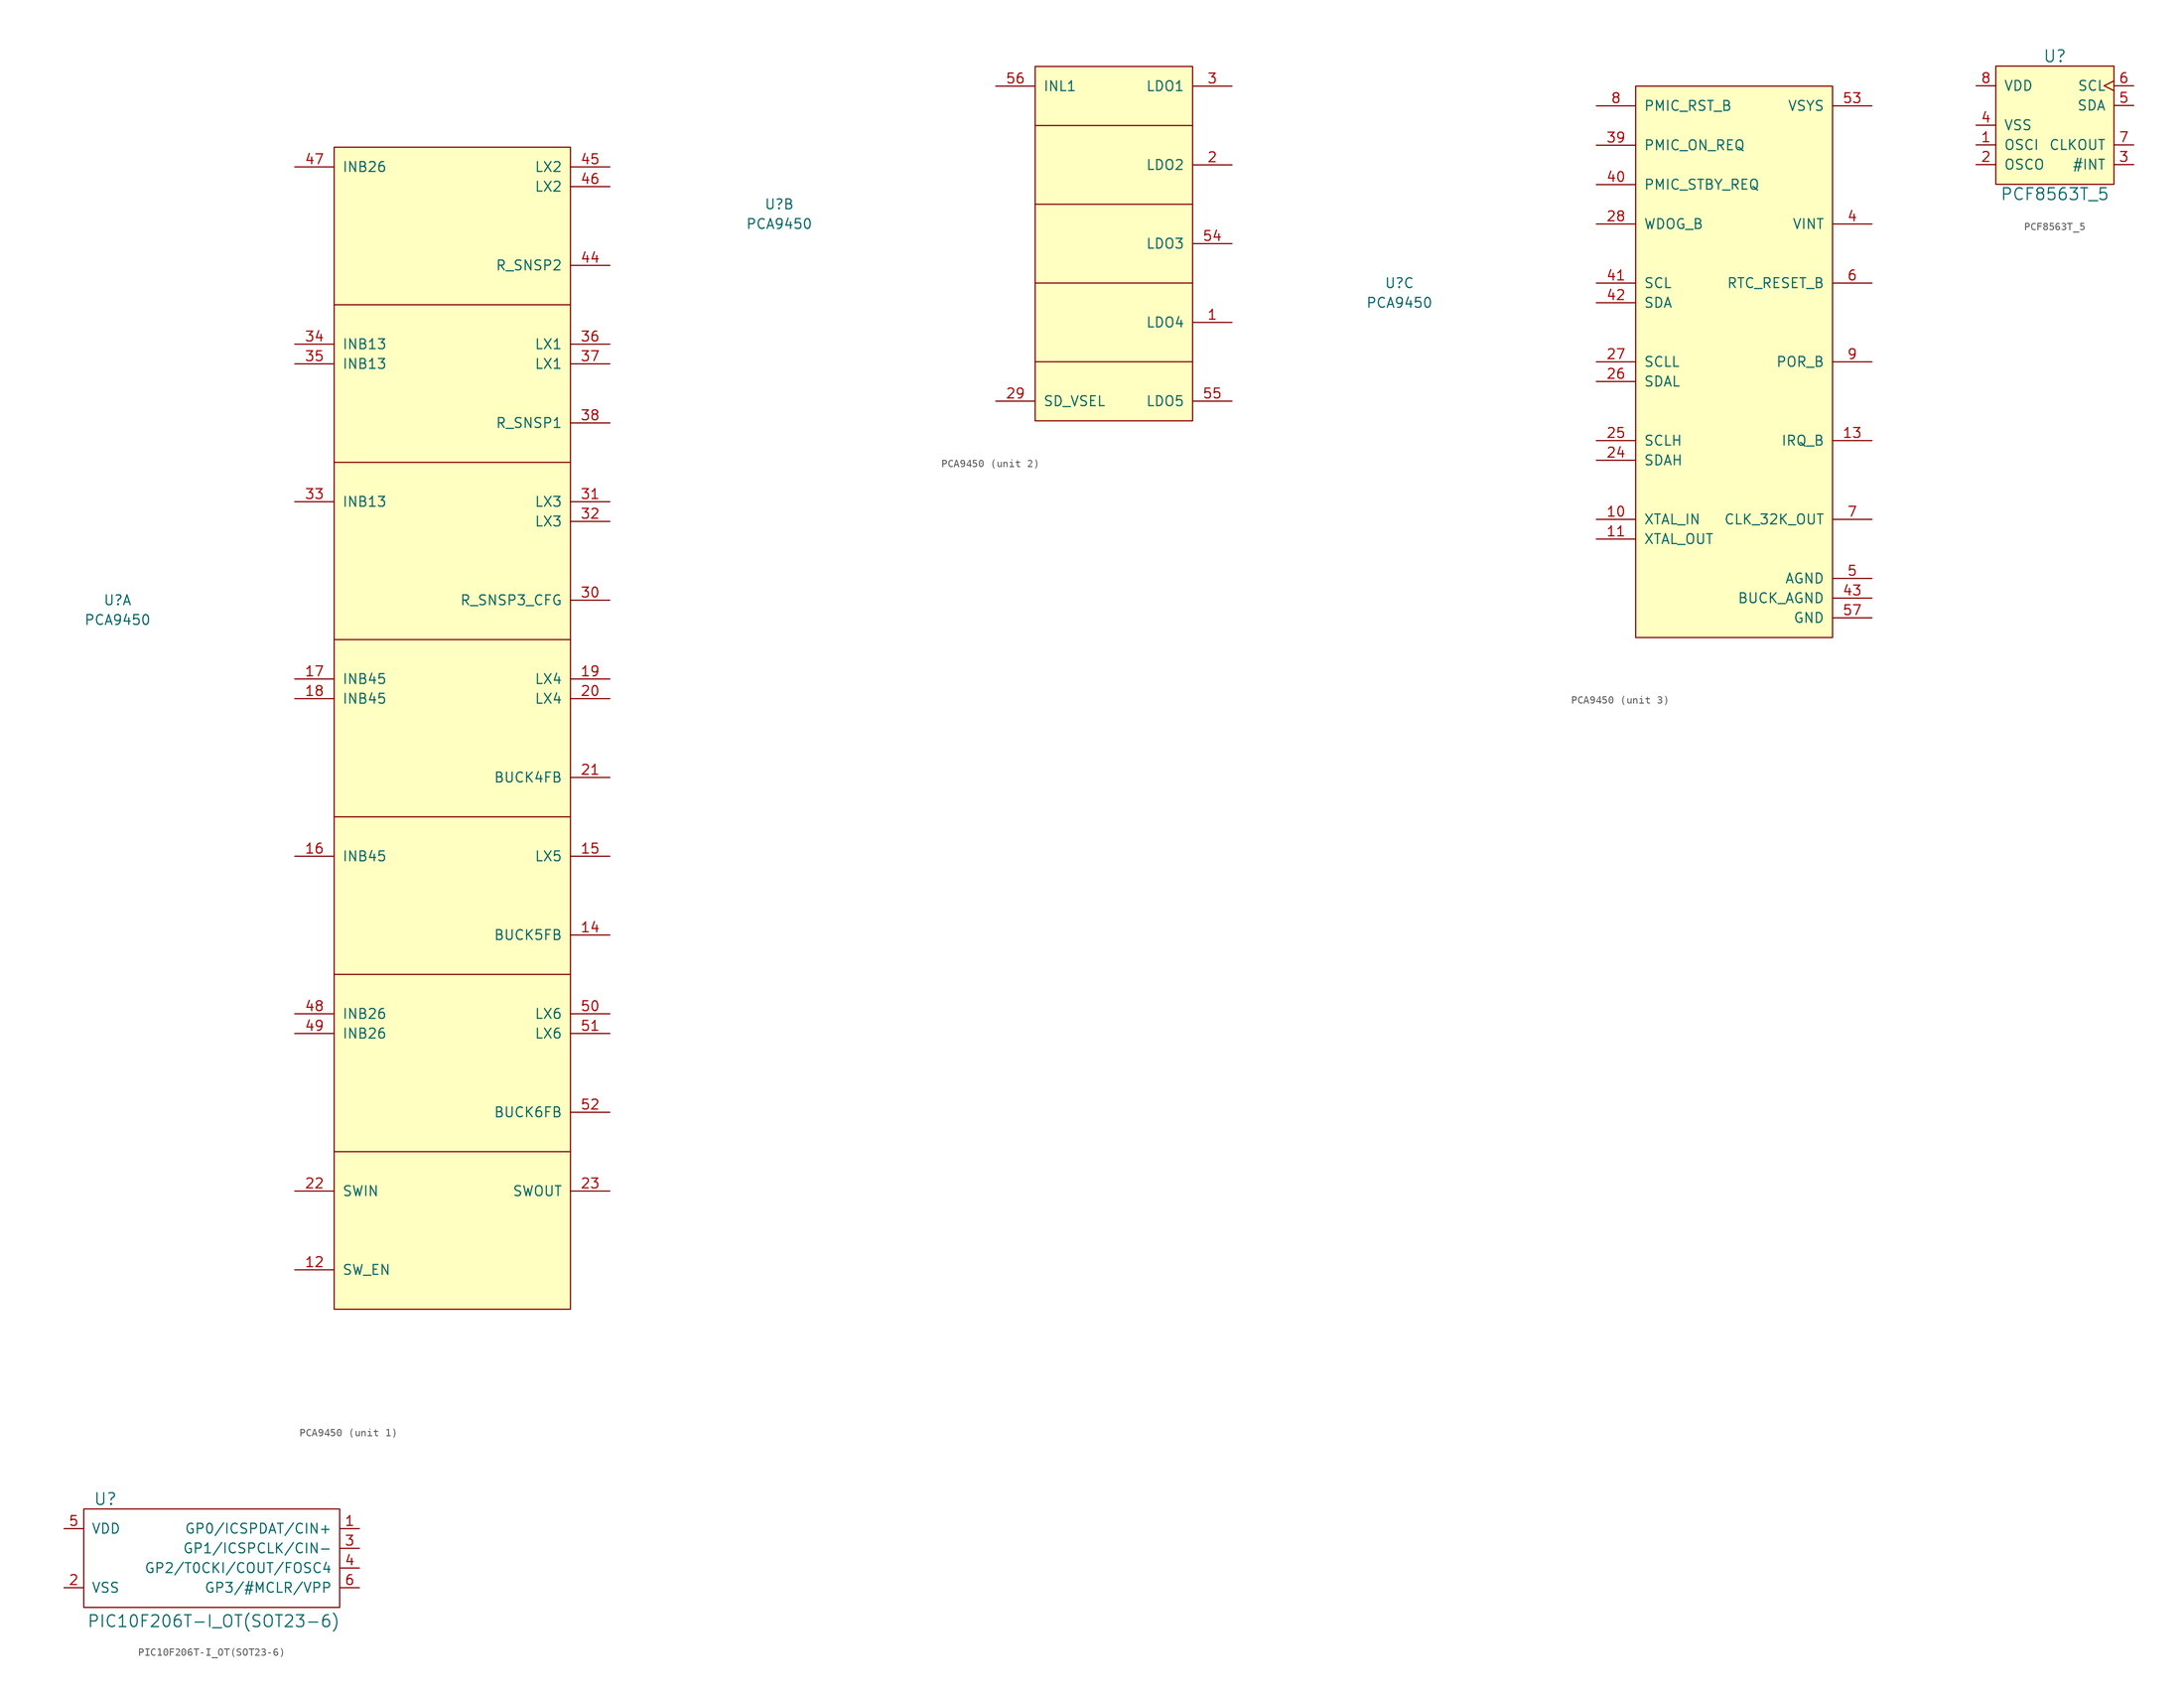
<source format=kicad_sym>
(kicad_symbol_lib
  (version 20220914)
  (generator kicad_symbol_editor)
  (symbol "PCA9450"
    (pin_names
      (offset 1.016))
    (property "Reference" "U"
      (at -43.18 5.08 0)
      (effects (font (size 1.27 1.27))))
    (property "Value" "PCA9450"
      (at -43.18 2.54 0)
      (effects (font (size 1.27 1.27))))
    (property "ki_locked" ""
      (at 0 0 0)
      (effects (font (size 1.27 1.27))))
    (symbol "PCA9450_1_1"
      (rectangle (start -15.24 63.5) (end 15.24 -86.36) (stroke (width 0) (type solid)) (fill (type background)))
      (polyline (pts (xy 15.24 -66.04) (xy -15.24 -66.04)) (stroke (width 0) (type solid)) (fill (type none)))
      (polyline (pts (xy 15.24 -43.18) (xy -15.24 -43.18)) (stroke (width 0) (type solid)) (fill (type none)))
      (polyline (pts (xy 15.24 -22.86) (xy -15.24 -22.86)) (stroke (width 0) (type solid)) (fill (type none)))
      (polyline (pts (xy 15.24 0) (xy -15.24 0)) (stroke (width 0) (type solid)) (fill (type none)))
      (polyline (pts (xy 15.24 22.86) (xy -15.24 22.86)) (stroke (width 0) (type solid)) (fill (type none)))
      (polyline (pts (xy 15.24 43.18) (xy -15.24 43.18)) (stroke (width 0) (type solid)) (fill (type none)))
      (pin input line (at -20.32 -81.28 0) (length 5.08) (name "SW_EN" (effects (font (size 1.27 1.27)))) (number "12" (effects (font (size 1.27 1.27)))))
      (pin input line (at 20.32 -38.1 180) (length 5.08) (name "BUCK5FB" (effects (font (size 1.27 1.27)))) (number "14" (effects (font (size 1.27 1.27)))))
      (pin open_collector line (at 20.32 -27.94 180) (length 5.08) (name "LX5" (effects (font (size 1.27 1.27)))) (number "15" (effects (font (size 1.27 1.27)))))
      (pin input line (at -20.32 -27.94 0) (length 5.08) (name "INB45" (effects (font (size 1.27 1.27)))) (number "16" (effects (font (size 1.27 1.27)))))
      (pin input line (at -20.32 -5.08 0) (length 5.08) (name "INB45" (effects (font (size 1.27 1.27)))) (number "17" (effects (font (size 1.27 1.27)))))
      (pin input line (at -20.32 -7.62 0) (length 5.08) (name "INB45" (effects (font (size 1.27 1.27)))) (number "18" (effects (font (size 1.27 1.27)))))
      (pin open_collector line (at 20.32 -5.08 180) (length 5.08) (name "LX4" (effects (font (size 1.27 1.27)))) (number "19" (effects (font (size 1.27 1.27)))))
      (pin open_collector line (at 20.32 -7.62 180) (length 5.08) (name "LX4" (effects (font (size 1.27 1.27)))) (number "20" (effects (font (size 1.27 1.27)))))
      (pin input line (at 20.32 -17.78 180) (length 5.08) (name "BUCK4FB" (effects (font (size 1.27 1.27)))) (number "21" (effects (font (size 1.27 1.27)))))
      (pin input line (at -20.32 -71.12 0) (length 5.08) (name "SWIN" (effects (font (size 1.27 1.27)))) (number "22" (effects (font (size 1.27 1.27)))))
      (pin power_out line (at 20.32 -71.12 180) (length 5.08) (name "SWOUT" (effects (font (size 1.27 1.27)))) (number "23" (effects (font (size 1.27 1.27)))))
      (pin input line (at 20.32 5.08 180) (length 5.08) (name "R_SNSP3_CFG" (effects (font (size 1.27 1.27)))) (number "30" (effects (font (size 1.27 1.27)))))
      (pin open_collector line (at 20.32 17.78 180) (length 5.08) (name "LX3" (effects (font (size 1.27 1.27)))) (number "31" (effects (font (size 1.27 1.27)))))
      (pin open_collector line (at 20.32 15.24 180) (length 5.08) (name "LX3" (effects (font (size 1.27 1.27)))) (number "32" (effects (font (size 1.27 1.27)))))
      (pin input line (at -20.32 17.78 0) (length 5.08) (name "INB13" (effects (font (size 1.27 1.27)))) (number "33" (effects (font (size 1.27 1.27)))))
      (pin input line (at -20.32 38.1 0) (length 5.08) (name "INB13" (effects (font (size 1.27 1.27)))) (number "34" (effects (font (size 1.27 1.27)))))
      (pin input line (at -20.32 35.56 0) (length 5.08) (name "INB13" (effects (font (size 1.27 1.27)))) (number "35" (effects (font (size 1.27 1.27)))))
      (pin open_collector line (at 20.32 38.1 180) (length 5.08) (name "LX1" (effects (font (size 1.27 1.27)))) (number "36" (effects (font (size 1.27 1.27)))))
      (pin open_collector line (at 20.32 35.56 180) (length 5.08) (name "LX1" (effects (font (size 1.27 1.27)))) (number "37" (effects (font (size 1.27 1.27)))))
      (pin input line (at 20.32 27.94 180) (length 5.08) (name "R_SNSP1" (effects (font (size 1.27 1.27)))) (number "38" (effects (font (size 1.27 1.27)))))
      (pin input line (at 20.32 48.26 180) (length 5.08) (name "R_SNSP2" (effects (font (size 1.27 1.27)))) (number "44" (effects (font (size 1.27 1.27)))))
      (pin open_collector line (at 20.32 60.96 180) (length 5.08) (name "LX2" (effects (font (size 1.27 1.27)))) (number "45" (effects (font (size 1.27 1.27)))))
      (pin open_collector line (at 20.32 58.42 180) (length 5.08) (name "LX2" (effects (font (size 1.27 1.27)))) (number "46" (effects (font (size 1.27 1.27)))))
      (pin input line (at -20.32 60.96 0) (length 5.08) (name "INB26" (effects (font (size 1.27 1.27)))) (number "47" (effects (font (size 1.27 1.27)))))
      (pin input line (at -20.32 -48.26 0) (length 5.08) (name "INB26" (effects (font (size 1.27 1.27)))) (number "48" (effects (font (size 1.27 1.27)))))
      (pin input line (at -20.32 -50.8 0) (length 5.08) (name "INB26" (effects (font (size 1.27 1.27)))) (number "49" (effects (font (size 1.27 1.27)))))
      (pin open_collector line (at 20.32 -48.26 180) (length 5.08) (name "LX6" (effects (font (size 1.27 1.27)))) (number "50" (effects (font (size 1.27 1.27)))))
      (pin open_collector line (at 20.32 -50.8 180) (length 5.08) (name "LX6" (effects (font (size 1.27 1.27)))) (number "51" (effects (font (size 1.27 1.27)))))
      (pin input line (at 20.32 -60.96 180) (length 5.08) (name "BUCK6FB" (effects (font (size 1.27 1.27)))) (number "52" (effects (font (size 1.27 1.27))))))
    (symbol "PCA9450_2_1"
      (rectangle (start -10.16 22.86) (end 10.16 -22.86) (stroke (width 0) (type solid)) (fill (type background)))
      (polyline (pts (xy 10.16 -15.24) (xy -10.16 -15.24)) (stroke (width 0) (type solid)) (fill (type none)))
      (polyline (pts (xy 10.16 -5.08) (xy -10.16 -5.08)) (stroke (width 0) (type solid)) (fill (type none)))
      (polyline (pts (xy 10.16 5.08) (xy -10.16 5.08)) (stroke (width 0) (type solid)) (fill (type none)))
      (polyline (pts (xy 10.16 15.24) (xy -10.16 15.24)) (stroke (width 0) (type solid)) (fill (type none)))
      (pin power_out line (at 15.24 -10.16 180) (length 5.08) (name "LDO4" (effects (font (size 1.27 1.27)))) (number "1" (effects (font (size 1.27 1.27)))))
      (pin power_out line (at 15.24 10.16 180) (length 5.08) (name "LDO2" (effects (font (size 1.27 1.27)))) (number "2" (effects (font (size 1.27 1.27)))))
      (pin input line (at -15.24 -20.32 0) (length 5.08) (name "SD_VSEL" (effects (font (size 1.27 1.27)))) (number "29" (effects (font (size 1.27 1.27)))))
      (pin power_out line (at 15.24 20.32 180) (length 5.08) (name "LDO1" (effects (font (size 1.27 1.27)))) (number "3" (effects (font (size 1.27 1.27)))))
      (pin power_out line (at 15.24 0 180) (length 5.08) (name "LDO3" (effects (font (size 1.27 1.27)))) (number "54" (effects (font (size 1.27 1.27)))))
      (pin power_out line (at 15.24 -20.32 180) (length 5.08) (name "LDO5" (effects (font (size 1.27 1.27)))) (number "55" (effects (font (size 1.27 1.27)))))
      (pin input line (at -15.24 20.32 0) (length 5.08) (name "INL1" (effects (font (size 1.27 1.27)))) (number "56" (effects (font (size 1.27 1.27))))))
    (symbol "PCA9450_3_1"
      (rectangle (start -12.7 30.48) (end 12.7 -40.64) (stroke (width 0) (type solid)) (fill (type background)))
      (pin input line (at -17.78 -25.4 0) (length 5.08) (name "XTAL_IN" (effects (font (size 1.27 1.27)))) (number "10" (effects (font (size 1.27 1.27)))))
      (pin output line (at -17.78 -27.94 0) (length 5.08) (name "XTAL_OUT" (effects (font (size 1.27 1.27)))) (number "11" (effects (font (size 1.27 1.27)))))
      (pin output line (at 17.78 -15.24 180) (length 5.08) (name "IRQ_B" (effects (font (size 1.27 1.27)))) (number "13" (effects (font (size 1.27 1.27)))))
      (pin bidirectional line (at -17.78 -17.78 0) (length 5.08) (name "SDAH" (effects (font (size 1.27 1.27)))) (number "24" (effects (font (size 1.27 1.27)))))
      (pin bidirectional line (at -17.78 -15.24 0) (length 5.08) (name "SCLH" (effects (font (size 1.27 1.27)))) (number "25" (effects (font (size 1.27 1.27)))))
      (pin bidirectional line (at -17.78 -7.62 0) (length 5.08) (name "SDAL" (effects (font (size 1.27 1.27)))) (number "26" (effects (font (size 1.27 1.27)))))
      (pin bidirectional line (at -17.78 -5.08 0) (length 5.08) (name "SCLL" (effects (font (size 1.27 1.27)))) (number "27" (effects (font (size 1.27 1.27)))))
      (pin input line (at -17.78 12.7 0) (length 5.08) (name "WDOG_B" (effects (font (size 1.27 1.27)))) (number "28" (effects (font (size 1.27 1.27)))))
      (pin input line (at -17.78 22.86 0) (length 5.08) (name "PMIC_ON_REQ" (effects (font (size 1.27 1.27)))) (number "39" (effects (font (size 1.27 1.27)))))
      (pin output line (at 17.78 12.7 180) (length 5.08) (name "VINT" (effects (font (size 1.27 1.27)))) (number "4" (effects (font (size 1.27 1.27)))))
      (pin input line (at -17.78 17.78 0) (length 5.08) (name "PMIC_STBY_REQ" (effects (font (size 1.27 1.27)))) (number "40" (effects (font (size 1.27 1.27)))))
      (pin input line (at -17.78 5.08 0) (length 5.08) (name "SCL" (effects (font (size 1.27 1.27)))) (number "41" (effects (font (size 1.27 1.27)))))
      (pin input line (at -17.78 2.54 0) (length 5.08) (name "SDA" (effects (font (size 1.27 1.27)))) (number "42" (effects (font (size 1.27 1.27)))))
      (pin power_in line (at 17.78 -35.56 180) (length 5.08) (name "BUCK_AGND" (effects (font (size 1.27 1.27)))) (number "43" (effects (font (size 1.27 1.27)))))
      (pin power_in line (at 17.78 -33.02 180) (length 5.08) (name "AGND" (effects (font (size 1.27 1.27)))) (number "5" (effects (font (size 1.27 1.27)))))
      (pin input line (at 17.78 27.94 180) (length 5.08) (name "VSYS" (effects (font (size 1.27 1.27)))) (number "53" (effects (font (size 1.27 1.27)))))
      (pin power_in line (at 17.78 -38.1 180) (length 5.08) (name "GND" (effects (font (size 1.27 1.27)))) (number "57" (effects (font (size 1.27 1.27)))))
      (pin output line (at 17.78 5.08 180) (length 5.08) (name "RTC_RESET_B" (effects (font (size 1.27 1.27)))) (number "6" (effects (font (size 1.27 1.27)))))
      (pin output line (at 17.78 -25.4 180) (length 5.08) (name "CLK_32K_OUT" (effects (font (size 1.27 1.27)))) (number "7" (effects (font (size 1.27 1.27)))))
      (pin input line (at -17.78 27.94 0) (length 5.08) (name "PMIC_RST_B" (effects (font (size 1.27 1.27)))) (number "8" (effects (font (size 1.27 1.27)))))
      (pin output line (at 17.78 -5.08 180) (length 5.08) (name "POR_B" (effects (font (size 1.27 1.27)))) (number "9" (effects (font (size 1.27 1.27)))))))
  (symbol "PCF8563T_5"
    (pin_names
      (offset 1.016))
    (property "Reference" "U"
      (at 0 8.89 0)
      (effects (font (size 1.524 1.524))))
    (property "Value" "PCF8563T_5"
      (at 0 -8.89 0)
      (effects (font (size 1.524 1.524))))
    (symbol "PCF8563T_5_0_1"
      (rectangle (start -7.62 7.62) (end 7.62 -7.62) (stroke (width 0) (type solid)) (fill (type background))))
    (symbol "PCF8563T_5_1_1"
      (pin input line (at -10.16 -2.54 0) (length 2.54) (name "OSCI" (effects (font (size 1.27 1.27)))) (number "1" (effects (font (size 1.27 1.27)))))
      (pin output line (at -10.16 -5.08 0) (length 2.54) (name "OSCO" (effects (font (size 1.27 1.27)))) (number "2" (effects (font (size 1.27 1.27)))))
      (pin open_collector line (at 10.16 -5.08 180) (length 2.54) (name "#INT" (effects (font (size 1.27 1.27)))) (number "3" (effects (font (size 1.27 1.27)))))
      (pin power_in line (at -10.16 0 0) (length 2.54) (name "VSS" (effects (font (size 1.27 1.27)))) (number "4" (effects (font (size 1.27 1.27)))))
      (pin bidirectional line (at 10.16 2.54 180) (length 2.54) (name "SDA" (effects (font (size 1.27 1.27)))) (number "5" (effects (font (size 1.27 1.27)))))
      (pin input clock (at 10.16 5.08 180) (length 2.54) (name "SCL" (effects (font (size 1.27 1.27)))) (number "6" (effects (font (size 1.27 1.27)))))
      (pin open_collector line (at 10.16 -2.54 180) (length 2.54) (name "CLKOUT" (effects (font (size 1.27 1.27)))) (number "7" (effects (font (size 1.27 1.27)))))
      (pin power_in line (at -10.16 5.08 0) (length 2.54) (name "VDD" (effects (font (size 1.27 1.27)))) (number "8" (effects (font (size 1.27 1.27)))))))
  (symbol "PIC10F206T-I_OT(SOT23-6)"
    (pin_names
      (offset 1.016))
    (property "Reference" "U"
      (at -14.986 6.35 0)
      (effects (font (size 1.524 1.524))))
    (property "Value" "PIC10F206T-I_OT(SOT23-6)"
      (at -1.016 -9.398 0)
      (effects (font (size 1.524 1.524))))
    (symbol "PIC10F206T-I_OT(SOT23-6)_0_1"
      (rectangle (start -17.78 5.08) (end 15.24 -7.62) (stroke (width 0) (type solid)) (fill (type none))))
    (symbol "PIC10F206T-I_OT(SOT23-6)_1_1"
      (pin bidirectional line (at 17.78 2.54 180) (length 2.489) (name "GP0/ICSPDAT/CIN+" (effects (font (size 1.27 1.27)))) (number "1" (effects (font (size 1.27 1.27)))))
      (pin power_in line (at -20.32 -5.08 0) (length 2.489) (name "VSS" (effects (font (size 1.27 1.27)))) (number "2" (effects (font (size 1.27 1.27)))))
      (pin bidirectional line (at 17.78 0 180) (length 2.489) (name "GP1/ICSPCLK/CIN-" (effects (font (size 1.27 1.27)))) (number "3" (effects (font (size 1.27 1.27)))))
      (pin bidirectional line (at 17.78 -2.54 180) (length 2.489) (name "GP2/T0CKI/COUT/FOSC4" (effects (font (size 1.27 1.27)))) (number "4" (effects (font (size 1.27 1.27)))))
      (pin power_in line (at -20.32 2.54 0) (length 2.489) (name "VDD" (effects (font (size 1.27 1.27)))) (number "5" (effects (font (size 1.27 1.27)))))
      (pin input line (at 17.78 -5.08 180) (length 2.489) (name "GP3/#MCLR/VPP" (effects (font (size 1.27 1.27)))) (number "6" (effects (font (size 1.27 1.27))))))))
</source>
